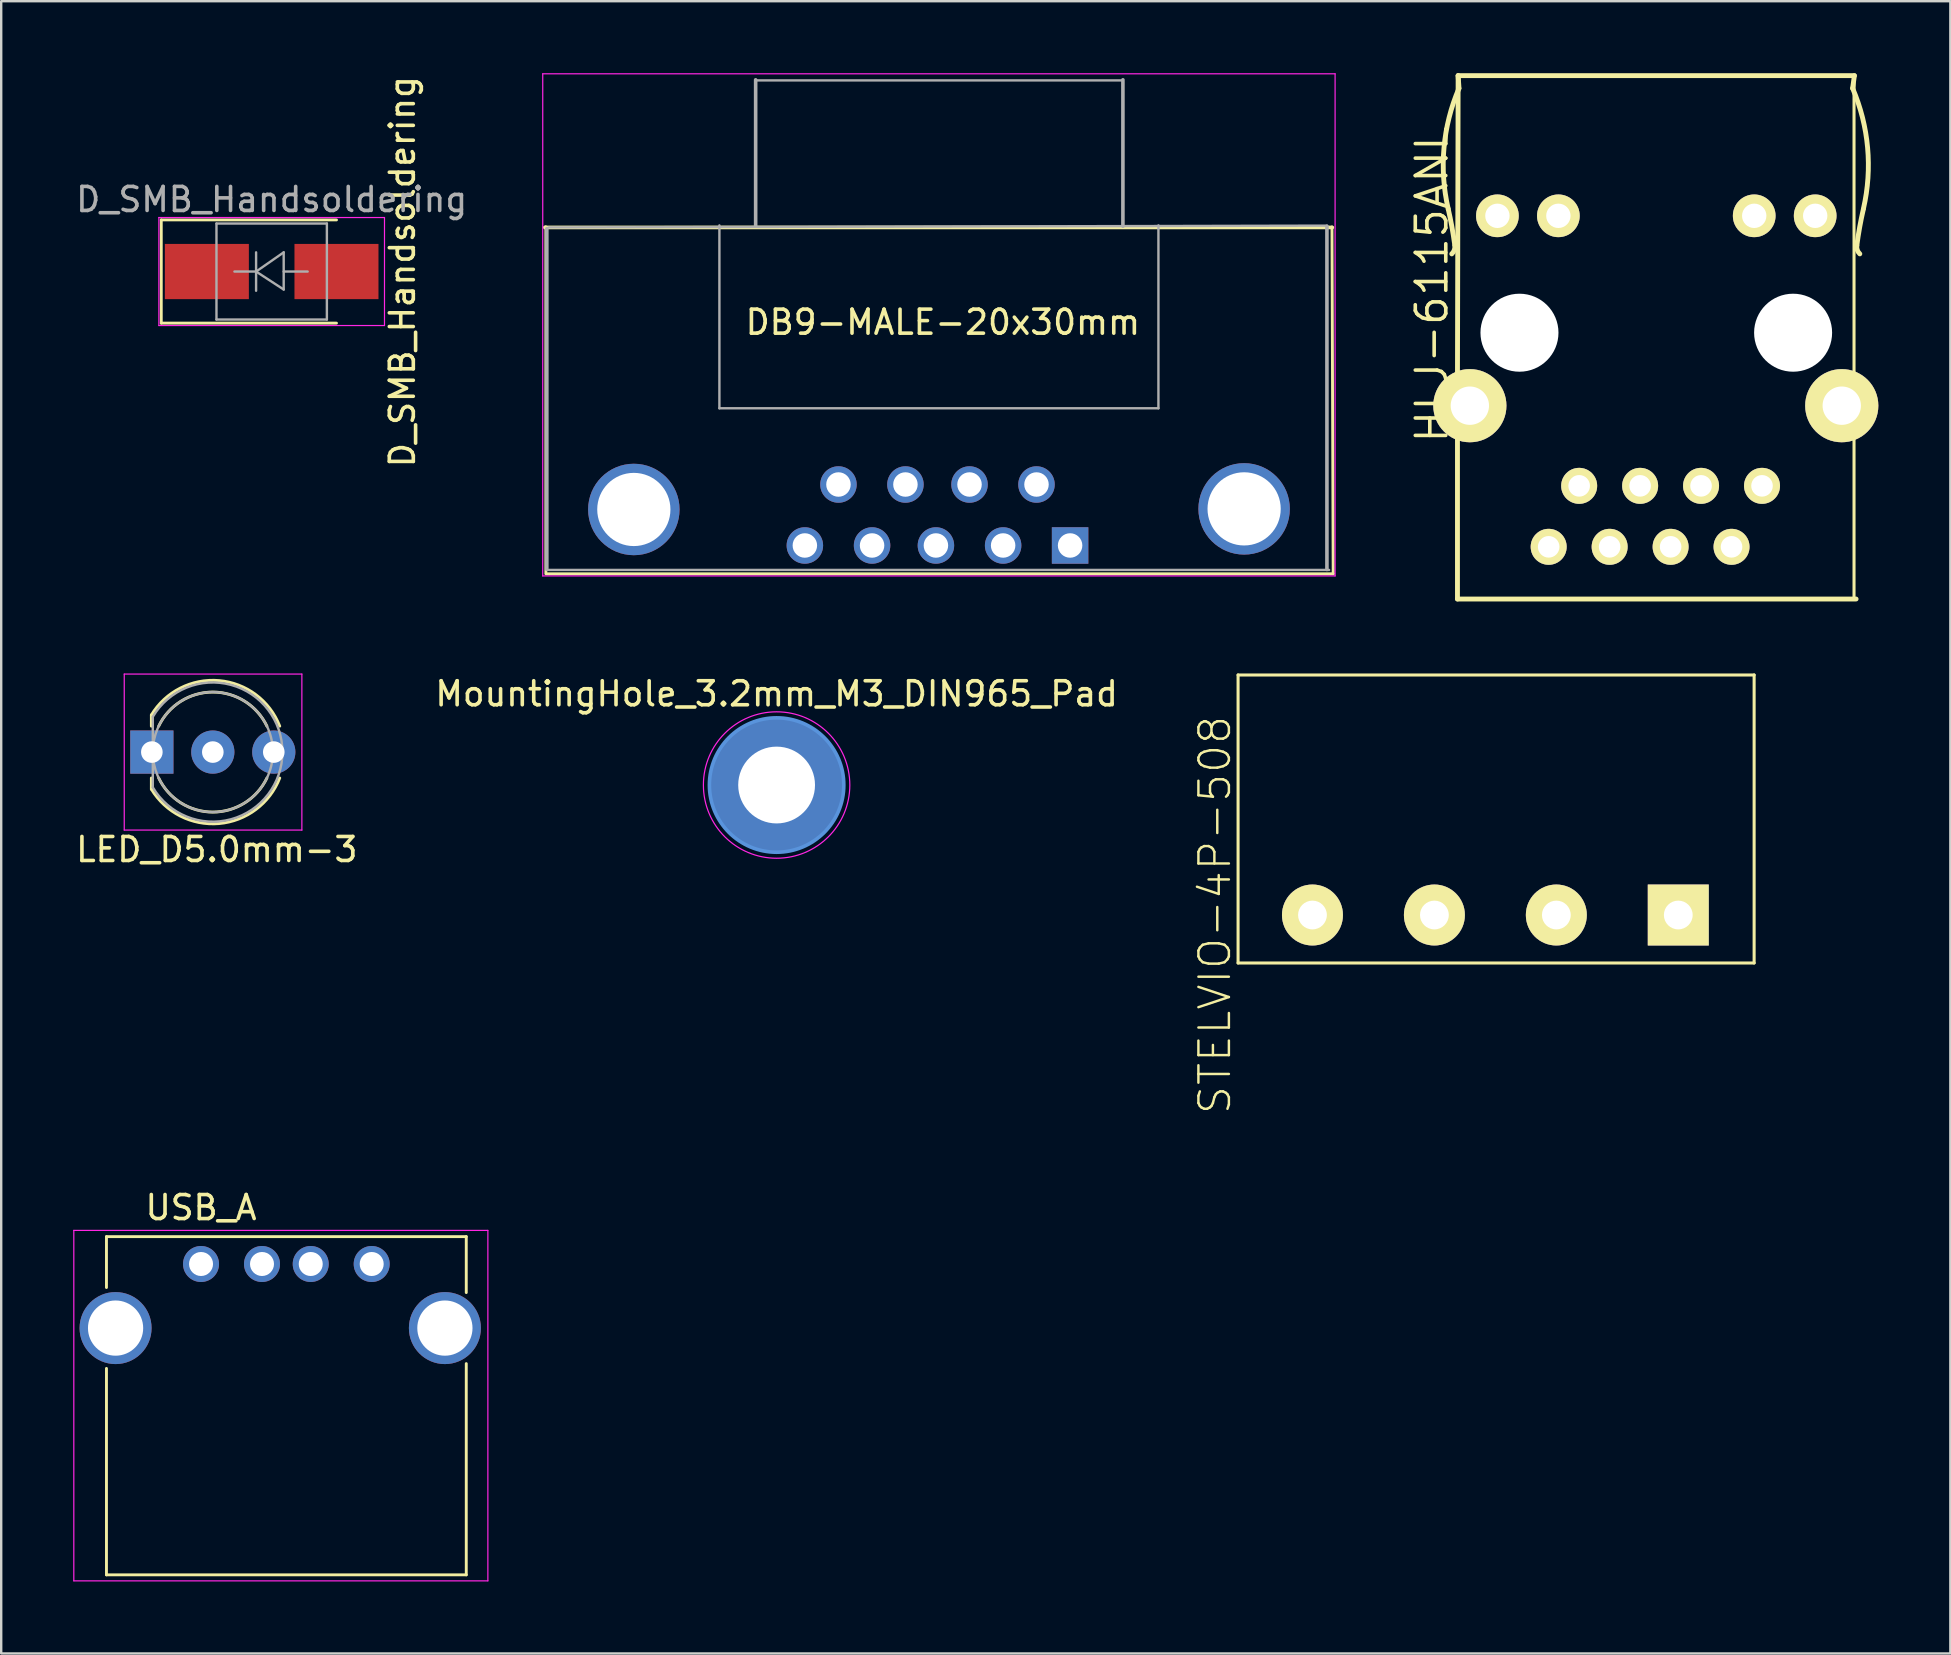
<source format=kicad_pcb>
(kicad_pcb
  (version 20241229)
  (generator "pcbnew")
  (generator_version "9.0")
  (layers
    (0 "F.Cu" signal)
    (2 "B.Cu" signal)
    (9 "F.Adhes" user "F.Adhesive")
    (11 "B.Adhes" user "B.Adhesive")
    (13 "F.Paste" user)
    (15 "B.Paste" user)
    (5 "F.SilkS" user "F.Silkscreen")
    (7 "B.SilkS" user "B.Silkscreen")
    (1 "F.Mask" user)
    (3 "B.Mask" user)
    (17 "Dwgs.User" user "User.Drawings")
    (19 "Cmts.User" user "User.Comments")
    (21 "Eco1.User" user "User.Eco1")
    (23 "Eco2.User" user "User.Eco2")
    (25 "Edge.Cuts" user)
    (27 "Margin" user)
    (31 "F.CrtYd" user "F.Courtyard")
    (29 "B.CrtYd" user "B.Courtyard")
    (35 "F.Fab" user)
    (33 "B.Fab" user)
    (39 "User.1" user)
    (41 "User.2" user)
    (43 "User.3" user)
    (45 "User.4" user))
  (footprint "MountingHole_3.2mm_M3_DIN965_Pad"
    (layer "F.Cu")
    (at 29.304 29.655)
    (property "Reference" "MountingHole_3.2mm_M3_DIN965_Pad" (at 0 -3.8 0) (layer "F.SilkS") (effects (font (size 1 1) (thickness 0.15))))
    (attr through_hole)
    (fp_circle (center 0 0) (end 2.8 0) (stroke (width 0.15) (type solid)) (fill no) (layer "Cmts.User"))
    (fp_circle (center 0 0) (end 3.05 0) (stroke (width 0.05) (type solid)) (fill no) (layer "F.CrtYd"))
    (pad "1" thru_hole circle (at 0 0) (size 5.6 5.6) (drill 3.2) (layers "*.Cu" "*.Mask")))
  (footprint "LED_D5.0mm-3"
    (layer "F.Cu")
    (at 3.276 28.282)
    (property "Reference" "LED_D5.0mm-3" (at 2.706 4.06 0) (layer "F.SilkS") (effects (font (size 1 1) (thickness 0.15))))
    (attr through_hole)
    (fp_line (start -0.02 -1.545) (end -0.02 -1.08) (stroke (width 0.12) (type solid)) (layer "F.SilkS"))
    (fp_line (start -0.02 1.08) (end -0.02 1.545) (stroke (width 0.12) (type solid)) (layer "F.SilkS"))
    (fp_arc (start -0.02 -1.54483) (mid 2.798456 -2.978809) (end 5.327815 -1.080827) (stroke (width 0.12) (type solid)) (layer "F.SilkS"))
    (fp_arc (start 0.285316 -1.08) (mid 2.539762 -2.5) (end 4.794479 -1.080429) (stroke (width 0.12) (type solid)) (layer "F.SilkS"))
    (fp_arc (start 4.794479 1.080429) (mid 2.539762 2.5) (end 0.285316 1.08) (stroke (width 0.12) (type solid)) (layer "F.SilkS"))
    (fp_arc (start 5.327815 1.080827) (mid 2.798456 2.978808) (end -0.02 1.54483) (stroke (width 0.12) (type solid)) (layer "F.SilkS"))
    (fp_line (start -1.15 -3.25) (end -1.15 3.25) (stroke (width 0.05) (type solid)) (layer "F.CrtYd"))
    (fp_line (start -1.15 3.25) (end 6.25 3.25) (stroke (width 0.05) (type solid)) (layer "F.CrtYd"))
    (fp_line (start 6.25 -3.25) (end -1.15 -3.25) (stroke (width 0.05) (type solid)) (layer "F.CrtYd"))
    (fp_line (start 6.25 3.25) (end 6.25 -3.25) (stroke (width 0.05) (type solid)) (layer "F.CrtYd"))
    (fp_line (start 0.04 -1.47) (end 0.04 1.47) (stroke (width 0.1) (type solid)) (layer "F.Fab"))
    (fp_arc (start 0.04 -1.469694) (mid 5.44 0.000016) (end 0.039984 1.469666) (stroke (width 0.1) (type solid)) (layer "F.Fab"))
    (fp_circle (center 2.54 0) (end 5.04 0) (stroke (width 0.1) (type solid)) (fill no) (layer "F.Fab"))
    (pad "1" thru_hole rect (at 0 0) (size 1.8 1.8) (drill 0.9) (layers "*.Cu" "*.Mask"))
    (pad "2" thru_hole circle (at 2.54 0) (size 1.8 1.8) (drill 0.9) (layers "*.Cu" "*.Mask"))
    (pad "3" thru_hole circle (at 5.08 0) (size 1.8 1.8) (drill 0.9) (layers "*.Cu" "*.Mask")))
  (footprint "D_SMB_Handsoldering"
    (layer "F.Cu")
    (at 8.268 8.262)
    (property "Reference" "D_SMB_Handsoldering" (at 5.446 0.006 90) (layer "F.SilkS") (effects (font (size 1 1) (thickness 0.15))))
    (attr smd)
    (fp_line (start -4.6 -2.15) (end -4.6 2.15) (stroke (width 0.12) (type solid)) (layer "F.SilkS"))
    (fp_line (start -4.6 -2.15) (end 2.7 -2.15) (stroke (width 0.12) (type solid)) (layer "F.SilkS"))
    (fp_line (start -4.6 2.15) (end 2.7 2.15) (stroke (width 0.12) (type solid)) (layer "F.SilkS"))
    (fp_line (start -4.7 -2.25) (end 4.7 -2.25) (stroke (width 0.05) (type solid)) (layer "F.CrtYd"))
    (fp_line (start -4.7 2.25) (end -4.7 -2.25) (stroke (width 0.05) (type solid)) (layer "F.CrtYd"))
    (fp_line (start 4.7 -2.25) (end 4.7 2.25) (stroke (width 0.05) (type solid)) (layer "F.CrtYd"))
    (fp_line (start 4.7 2.25) (end -4.7 2.25) (stroke (width 0.05) (type solid)) (layer "F.CrtYd"))
    (fp_line (start -2.3 2) (end -2.3 -2) (stroke (width 0.1) (type solid)) (layer "F.Fab"))
    (fp_line (start -0.649 -0.799) (end -0.649 0.801) (stroke (width 0.1) (type solid)) (layer "F.Fab"))
    (fp_line (start -0.649 0.001) (end -1.551 0.001) (stroke (width 0.1) (type solid)) (layer "F.Fab"))
    (fp_line (start -0.649 0.001) (end 0.501 -0.799) (stroke (width 0.1) (type solid)) (layer "F.Fab"))
    (fp_line (start -0.649 0.001) (end 0.501 0.75) (stroke (width 0.1) (type solid)) (layer "F.Fab"))
    (fp_line (start 0.501 0.001) (end 1.499 0.001) (stroke (width 0.1) (type solid)) (layer "F.Fab"))
    (fp_line (start 0.501 0.75) (end 0.501 -0.799) (stroke (width 0.1) (type solid)) (layer "F.Fab"))
    (fp_line (start 2.3 -2) (end -2.3 -2) (stroke (width 0.1) (type solid)) (layer "F.Fab"))
    (fp_line (start 2.3 -2) (end 2.3 2) (stroke (width 0.1) (type solid)) (layer "F.Fab"))
    (fp_line (start 2.3 2) (end -2.3 2) (stroke (width 0.1) (type solid)) (layer "F.Fab"))
    (fp_text user "${REFERENCE}" (at 0 -3 0) (layer "F.Fab") (effects (font (size 1 1) (thickness 0.15))))
    (pad "1" smd rect (at -2.7 0) (size 3.5 2.3) (layers "F.Cu" "F.Mask" "F.Paste"))
    (pad "2" smd rect (at 2.7 0) (size 3.5 2.3) (layers "F.Cu" "F.Mask" "F.Paste")))
  (footprint "HLJ-6115ANL"
    (layer "F.Cu")
    (at 67.202 11.311)
    (property "Reference" "HLJ-6115ANL" (at -10.6 -2.512 90) (layer "F.SilkS") (effects (font (size 1.27 1.27) (thickness 0.15))))
    (attr exclude_from_pos_files exclude_from_bom)
    (fp_line (start -9.533 1.328) (end -9.505 -11.209) (stroke (width 0.203) (type solid)) (layer "F.SilkS"))
    (fp_line (start -9.533 3.889) (end -9.533 1.288) (stroke (width 0.203) (type solid)) (layer "F.SilkS"))
    (fp_line (start -9.533 10.594) (end -9.533 3.889) (stroke (width 0.203) (type solid)) (layer "F.SilkS"))
    (fp_line (start -9.505 -11.209) (end -9.469 -10.683) (stroke (width 0.203) (type solid)) (layer "F.SilkS"))
    (fp_line (start -9.505 -11.209) (end 7.003 -11.209) (stroke (width 0.203) (type solid)) (layer "F.SilkS"))
    (fp_line (start 6.988 -11.199) (end 6.988 10.61) (stroke (width 0.127) (type solid)) (layer "F.SilkS"))
    (fp_line (start 7.003 -11.209) (end 6.929 -10.683) (stroke (width 0.203) (type solid)) (layer "F.SilkS"))
    (fp_line (start 7.074 10.594) (end -9.533 10.594) (stroke (width 0.203) (type solid)) (layer "F.SilkS"))
    (fp_arc (start -9.9187 -5.65912) (mid -9.764999 -4.911697) (end -9.646677 -4.157864) (stroke (width 0.2032) (type solid)) (layer "F.SilkS"))
    (fp_arc (start -9.9187 -5.65912) (mid -10.094017 -8.202772) (end -9.472563 -10.675563) (stroke (width 0.2032) (type solid)) (layer "F.SilkS"))
    (fp_arc (start -9.64438 -4.13258) (mid -9.665577 -3.943027) (end -9.770797 -3.78394) (stroke (width 0.2032) (type solid)) (layer "F.SilkS"))
    (fp_arc (start 6.92912 -10.68324) (mid 7.553247 -8.211925) (end 7.380929 -5.668848) (stroke (width 0.2032) (type solid)) (layer "F.SilkS"))
    (fp_arc (start 7.10438 -4.13258) (mid 7.221513 -4.88655) (end 7.374033 -5.634165) (stroke (width 0.2032) (type solid)) (layer "F.SilkS"))
    (fp_arc (start 7.22884 -3.7846) (mid 7.124136 -3.944506) (end 7.103771 -4.134554) (stroke (width 0.2032) (type solid)) (layer "F.SilkS"))
    (pad "" np_thru_hole circle (at -6.95 -0.5) (size 3.25 3.25) (drill 3.25) (layers "*.Cu" "*.Mask"))
    (pad "" np_thru_hole circle (at 4.45 -0.5) (size 3.25 3.25) (drill 3.25) (layers "*.Cu" "*.Mask"))
    (pad "1" thru_hole circle (at 3.155 5.88) (size 1.499 1.499) (drill 0.899) (layers "*.Cu" "*.Mask" "F.SilkS" "F.Paste"))
    (pad "2" thru_hole circle (at 1.885 8.42) (size 1.499 1.499) (drill 0.899) (layers "*.Cu" "*.Mask" "F.SilkS" "F.Paste"))
    (pad "3" thru_hole circle (at 0.615 5.88) (size 1.499 1.499) (drill 0.899) (layers "*.Cu" "*.Mask" "F.SilkS" "F.Paste"))
    (pad "4" thru_hole circle (at -0.653 8.42) (size 1.499 1.499) (drill 0.899) (layers "*.Cu" "*.Mask" "F.SilkS" "F.Paste"))
    (pad "5" thru_hole circle (at -1.923 5.88) (size 1.499 1.499) (drill 0.899) (layers "*.Cu" "*.Mask" "F.SilkS" "F.Paste"))
    (pad "6" thru_hole circle (at -3.193 8.42) (size 1.499 1.499) (drill 0.899) (layers "*.Cu" "*.Mask" "F.SilkS" "F.Paste"))
    (pad "7" thru_hole circle (at -4.463 5.88) (size 1.499 1.499) (drill 0.899) (layers "*.Cu" "*.Mask" "F.SilkS" "F.Paste"))
    (pad "8" thru_hole circle (at -5.733 8.42) (size 1.499 1.499) (drill 0.899) (layers "*.Cu" "*.Mask" "F.SilkS" "F.Paste"))
    (pad "9" thru_hole circle (at 5.37 -5.37) (size 1.778 1.778) (drill 1.016) (layers "*.Cu" "*.Mask" "F.SilkS" "F.Paste"))
    (pad "10" thru_hole circle (at 2.83 -5.37) (size 1.778 1.778) (drill 1.016) (layers "*.Cu" "*.Mask" "F.SilkS" "F.Paste"))
    (pad "11" thru_hole circle (at -5.329 -5.37) (size 1.778 1.778) (drill 1.016) (layers "*.Cu" "*.Mask" "F.SilkS" "F.Paste"))
    (pad "12" thru_hole circle (at -7.869 -5.37) (size 1.778 1.778) (drill 1.016) (layers "*.Cu" "*.Mask" "F.SilkS" "F.Paste"))
    (pad "S1" thru_hole circle (at 6.477 2.54) (size 3.048 3.048) (drill 1.598) (layers "*.Cu" "*.Mask" "F.SilkS" "F.Paste"))
    (pad "S2" thru_hole circle (at -9.017 2.54) (size 3.048 3.048) (drill 1.598) (layers "*.Cu" "*.Mask" "F.SilkS" "F.Paste")))
  (footprint "USB_A"
    (layer "F.Cu")
    (at 5.325 49.609)
    (property "Reference" "USB_A" (at 0 -2.35 0) (layer "F.SilkS") (effects (font (size 1 1) (thickness 0.15))))
    (attr through_hole)
    (fp_line (start -3.94 -1.14) (end -3.94 0.98) (stroke (width 0.12) (type solid)) (layer "F.SilkS"))
    (fp_line (start -3.94 4.35) (end -3.94 12.95) (stroke (width 0.12) (type solid)) (layer "F.SilkS"))
    (fp_line (start 11.05 -1.14) (end -3.94 -1.14) (stroke (width 0.12) (type solid)) (layer "F.SilkS"))
    (fp_line (start 11.05 -1.14) (end 11.05 1.19) (stroke (width 0.12) (type solid)) (layer "F.SilkS"))
    (fp_line (start 11.05 4.15) (end 11.05 12.95) (stroke (width 0.12) (type solid)) (layer "F.SilkS"))
    (fp_line (start 11.05 12.95) (end -3.94 12.95) (stroke (width 0.12) (type solid)) (layer "F.SilkS"))
    (fp_line (start -5.3 -1.4) (end 11.95 -1.4) (stroke (width 0.05) (type solid)) (layer "F.CrtYd"))
    (fp_line (start -5.3 13.2) (end -5.3 -1.4) (stroke (width 0.05) (type solid)) (layer "F.CrtYd"))
    (fp_line (start -5.3 13.2) (end 11.95 13.2) (stroke (width 0.05) (type solid)) (layer "F.CrtYd"))
    (fp_line (start 11.95 -1.4) (end 11.95 13.2) (stroke (width 0.05) (type solid)) (layer "F.CrtYd"))
    (pad "1" thru_hole circle (at 0 0 270) (size 1.5 1.5) (drill 1) (layers "*.Cu" "*.Mask"))
    (pad "2" thru_hole circle (at 2.54 0 270) (size 1.5 1.5) (drill 1) (layers "*.Cu" "*.Mask"))
    (pad "3" thru_hole circle (at 4.57 0 270) (size 1.5 1.5) (drill 1) (layers "*.Cu" "*.Mask"))
    (pad "4" thru_hole circle (at 7.11 0 270) (size 1.5 1.5) (drill 1) (layers "*.Cu" "*.Mask"))
    (pad "5" thru_hole circle (at -3.56 2.67 270) (size 3 3) (drill 2.3) (layers "*.Cu" "*.Mask"))
    (pad "5" thru_hole circle (at 10.16 2.67 270) (size 3 3) (drill 2.3) (layers "*.Cu" "*.Mask")))
  (footprint "DB9-MALE-20x30mm"
    (layer "F.Cu")
    (at 41.531 19.675)
    (property "Reference" "DB9-MALE-20x30mm" (at -5.3 -9.3 0) (layer "F.SilkS") (effects (font (size 1 1) (thickness 0.15))))
    (attr through_hole)
    (fp_line (start -21.875 -13.25) (end -21.85 -13.25) (stroke (width 0.15) (type solid)) (layer "F.SilkS"))
    (fp_line (start -21.84 1.13) (end -21.84 -13.27) (stroke (width 0.12) (type solid)) (layer "F.SilkS"))
    (fp_line (start 10.91 -13.27) (end 10.96 1.18) (stroke (width 0.12) (type solid)) (layer "F.SilkS"))
    (fp_line (start 10.925 -13.25) (end -21.875 -13.25) (stroke (width 0.15) (type solid)) (layer "F.SilkS"))
    (fp_line (start 10.96 1.18) (end -21.84 1.18) (stroke (width 0.12) (type solid)) (layer "F.SilkS"))
    (fp_line (start -21.97 -19.65) (end -21.97 1.27) (stroke (width 0.05) (type solid)) (layer "F.CrtYd"))
    (fp_line (start -21.97 -19.65) (end 11.04 -19.65) (stroke (width 0.05) (type solid)) (layer "F.CrtYd"))
    (fp_line (start 11.04 1.27) (end -21.97 1.27) (stroke (width 0.05) (type solid)) (layer "F.CrtYd"))
    (fp_line (start 11.04 1.27) (end 11.04 -19.65) (stroke (width 0.05) (type solid)) (layer "F.CrtYd"))
    (fp_line (start -21.8 -13.2) (end -21.8 1) (stroke (width 0.15) (type solid)) (layer "F.Fab"))
    (fp_line (start -21.725 -13.25) (end 10.7 -13.325) (stroke (width 0.1) (type solid)) (layer "F.Fab"))
    (fp_line (start -21.72 1.02) (end 10.79 1.02) (stroke (width 0.1) (type solid)) (layer "F.Fab"))
    (fp_line (start -14.61 -13.335) (end -14.61 -5.715) (stroke (width 0.1) (type solid)) (layer "F.Fab"))
    (fp_line (start -14.61 -5.715) (end 3.68 -5.715) (stroke (width 0.1) (type solid)) (layer "F.Fab"))
    (fp_line (start -13.1 -19.4) (end -13.1 -13.3) (stroke (width 0.15) (type solid)) (layer "F.Fab"))
    (fp_line (start -13.08 -19.375) (end 2.16 -19.375) (stroke (width 0.1) (type solid)) (layer "F.Fab"))
    (fp_line (start 2.2 -19.4) (end 2.2 -13.3) (stroke (width 0.15) (type solid)) (layer "F.Fab"))
    (fp_line (start 3.68 -5.715) (end 3.68 -13.335) (stroke (width 0.1) (type solid)) (layer "F.Fab"))
    (fp_line (start 10.7 -13.3) (end 10.7 1) (stroke (width 0.15) (type solid)) (layer "F.Fab"))
    (pad "" thru_hole circle (at -18.175 -1.5) (size 3.81 3.81) (drill 3.05) (layers "*.Cu" "*.Mask"))
    (pad "" thru_hole circle (at 7.25 -1.525) (size 3.81 3.81) (drill 3.05) (layers "*.Cu" "*.Mask"))
    (pad "1" thru_hole rect (at 0 0) (size 1.52 1.52) (drill 1.02) (layers "*.Cu" "*.Mask"))
    (pad "2" thru_hole circle (at -2.79 0) (size 1.52 1.52) (drill 1.02) (layers "*.Cu" "*.Mask"))
    (pad "3" thru_hole circle (at -5.59 0) (size 1.52 1.52) (drill 1.02) (layers "*.Cu" "*.Mask"))
    (pad "4" thru_hole circle (at -8.25 0) (size 1.52 1.52) (drill 1.02) (layers "*.Cu" "*.Mask"))
    (pad "5" thru_hole circle (at -11.05 0) (size 1.52 1.52) (drill 1.02) (layers "*.Cu" "*.Mask"))
    (pad "6" thru_hole circle (at -1.4 -2.54) (size 1.52 1.52) (drill 1.02) (layers "*.Cu" "*.Mask"))
    (pad "7" thru_hole circle (at -4.19 -2.54) (size 1.52 1.52) (drill 1.02) (layers "*.Cu" "*.Mask"))
    (pad "8" thru_hole circle (at -6.86 -2.54) (size 1.52 1.52) (drill 1.02) (layers "*.Cu" "*.Mask"))
    (pad "9" thru_hole circle (at -9.65 -2.54) (size 1.52 1.52) (drill 1.02) (layers "*.Cu" "*.Mask")))
  (footprint "STELVIO-4P-508"
    (layer "F.Cu")
    (at 51.628 35.07)
    (property "Reference" "STELVIO-4P-508" (at -4.064 0 90) (layer "F.SilkS") (effects (font (size 1.27 1.27) (thickness 0.102))))
    (attr exclude_from_pos_files exclude_from_bom)
    (fp_line (start -3.099 -10) (end 18.4 -10) (stroke (width 0.127) (type solid)) (layer "F.SilkS"))
    (fp_line (start -3.099 1.999) (end -3.099 -10) (stroke (width 0.127) (type solid)) (layer "F.SilkS"))
    (fp_line (start 18.4 -10) (end 18.4 1.999) (stroke (width 0.127) (type solid)) (layer "F.SilkS"))
    (fp_line (start 18.4 1.999) (end -3.099 1.999) (stroke (width 0.127) (type solid)) (layer "F.SilkS"))
    (pad "1" thru_hole rect (at 15.24 0) (size 2.54 2.54) (drill 1.199) (layers "*.Cu" "*.Mask" "F.SilkS" "F.Paste"))
    (pad "2" thru_hole circle (at 10.16 0) (size 2.54 2.54) (drill 1.199) (layers "*.Cu" "*.Mask" "F.SilkS" "F.Paste"))
    (pad "3" thru_hole circle (at 5.08 0) (size 2.54 2.54) (drill 1.199) (layers "*.Cu" "*.Mask" "F.SilkS" "F.Paste"))
    (pad "4" thru_hole circle (at 0 0) (size 2.54 2.54) (drill 1.199) (layers "*.Cu" "*.Mask" "F.SilkS" "F.Paste")))
  (gr_rect
    (start -3 -3)
    (end 78.203 65.834)
    (stroke (width 0.1) (type default))
    (fill no)
    (layer "Edge.Cuts")))
</source>
